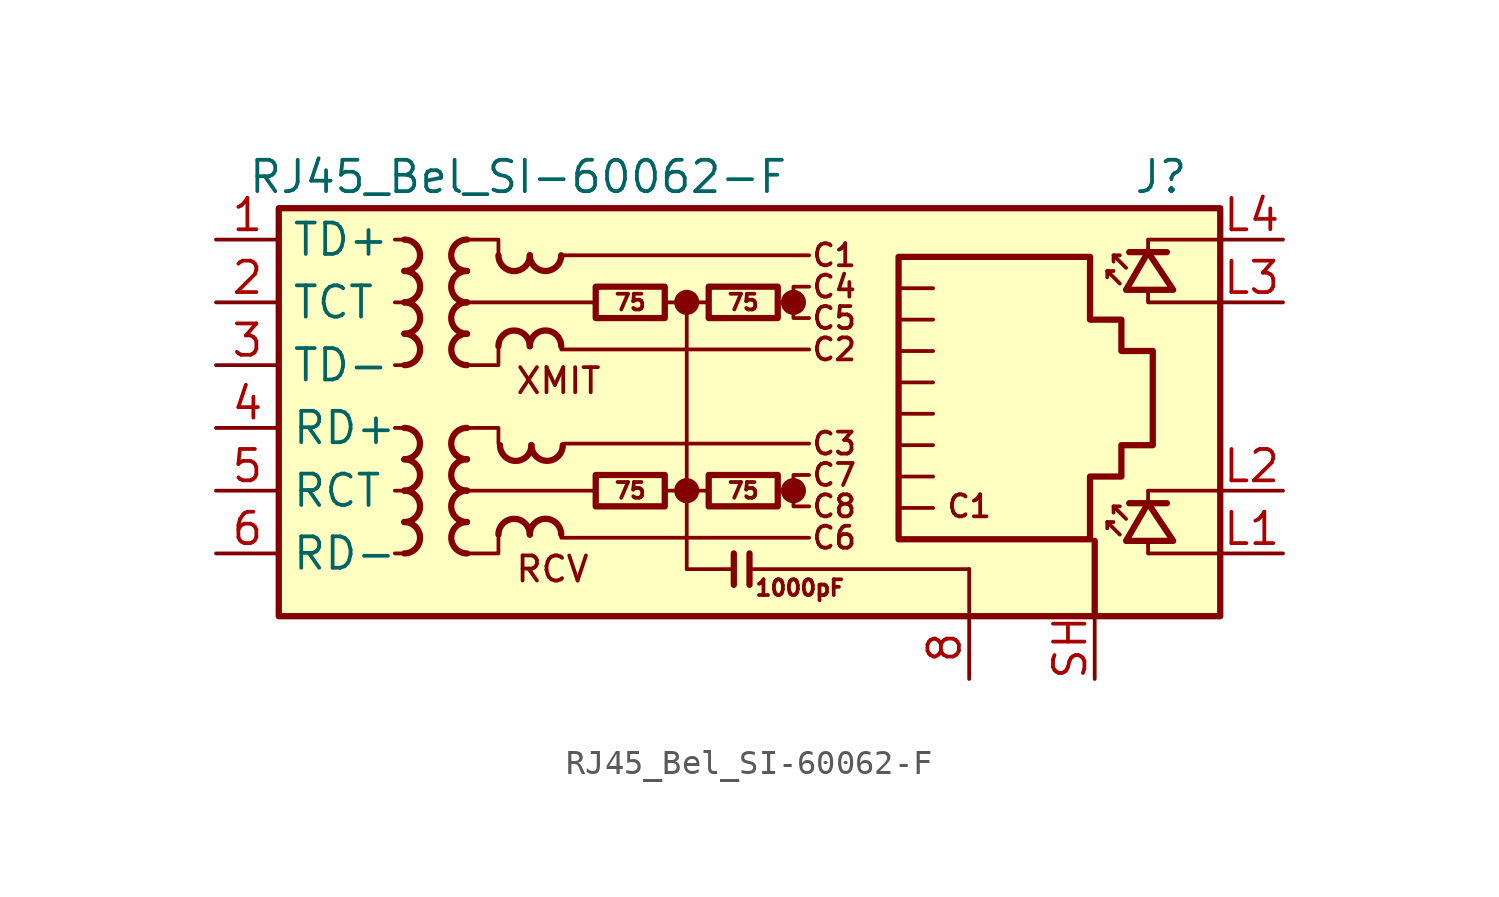
<source format=kicad_sym>
(kicad_symbol_lib
  (version 20241209)
  (generator "kicad_symbol_editor")
  (generator_version "9.0")
  (symbol "RJ45_Bel_SI-60062-F"
    (property "Reference" "J"
      (at 19.05 10.16 0)
      (effects (font (size 1.27 1.27)) (justify right)))
    (property "Value" "RJ45_Bel_SI-60062-F"
      (at -19.05 10.16 0)
      (effects (font (size 1.27 1.27)) (justify left)))
    (symbol "RJ45_Bel_SI-60062-F_0_0"
      (circle (center -1.27 5.08) (radius 0.0001) (stroke (width 0.508) (type default)) (fill (type none)))
      (polyline (pts (xy -1.27 5.08) (xy -1.27 -5.715)) (stroke (width 0) (type default)) (fill (type none)))
      (circle (center -1.27 -2.54) (radius 0.0001) (stroke (width 0.508) (type default)) (fill (type none)))
      (polyline (pts (xy 0.635 -5.08) (xy 0.635 -6.35)) (stroke (width 0.254) (type default)) (fill (type none)))
      (polyline (pts (xy 1.27 -5.08) (xy 1.27 -6.35)) (stroke (width 0.254) (type default)) (fill (type none)))
      (polyline (pts (xy 3.048 5.08) (xy 2.54 5.08)) (stroke (width 0) (type default)) (fill (type none)))
      (circle (center 3.048 5.08) (radius 0.0001) (stroke (width 0.508) (type default)) (fill (type none)))
      (polyline (pts (xy 3.048 -2.54) (xy 2.54 -2.54)) (stroke (width 0) (type default)) (fill (type none)))
      (circle (center 3.048 -2.54) (radius 0.0001) (stroke (width 0.508) (type default)) (fill (type none)))
      (polyline (pts (xy 3.683 5.715) (xy 3.048 5.715) (xy 3.048 4.445) (xy 3.683 4.445)) (stroke (width 0) (type default)) (fill (type none)))
      (polyline (pts (xy 3.683 -1.905) (xy 3.048 -1.905) (xy 3.048 -3.175) (xy 3.683 -3.175)) (stroke (width 0) (type default)) (fill (type none)))
      (polyline (pts (xy 17.399 6.985) (xy 17.399 7.62) (xy 20.32 7.62)) (stroke (width 0) (type default)) (fill (type none)))
      (polyline (pts (xy 17.399 -3.175) (xy 17.399 -2.54) (xy 20.32 -2.54)) (stroke (width 0) (type default)) (fill (type none)))
      (polyline (pts (xy 20.32 5.08) (xy 17.399 5.08) (xy 17.399 5.588)) (stroke (width 0) (type default)) (fill (type none)))
      (polyline (pts (xy 20.32 -5.08) (xy 17.399 -5.08) (xy 17.399 -4.572)) (stroke (width 0) (type default)) (fill (type none)))
      (text "XMIT" (at -8.255 1.905 0) (effects (font (size 1.016 1.016)) (justify left)))
      (text "RCV" (at -8.255 -5.715 0) (effects (font (size 1.016 1.016)) (justify left)))
      (text "C1" (at 4.699 6.985 0) (effects (font (size 0.889 0.889))))
      (text "C4" (at 4.699 5.715 0) (effects (font (size 0.889 0.889))))
      (text "C5" (at 4.699 4.445 0) (effects (font (size 0.889 0.889))))
      (text "C2" (at 4.699 3.175 0) (effects (font (size 0.889 0.889))))
      (text "C3" (at 4.699 -0.635 0) (effects (font (size 0.889 0.889))))
      (text "C7" (at 4.699 -1.905 0) (effects (font (size 0.889 0.889))))
      (text "C8" (at 4.699 -3.175 0) (effects (font (size 0.889 0.889))))
      (text "C6" (at 4.699 -4.445 0) (effects (font (size 0.889 0.889))))
      (text "C1" (at 10.16 -3.175 0) (effects (font (size 0.889 0.889)))))
    (symbol "RJ45_Bel_SI-60062-F_0_1"
      (rectangle (start -17.78 8.89) (end 20.32 -7.62) (stroke (width 0.254) (type default)) (fill (type background)))
      (polyline (pts (xy -12.7 7.62) (xy -13.081 7.62)) (stroke (width 0) (type default)) (fill (type none)))
      (polyline (pts (xy -12.7 5.08) (xy -13.081 5.08)) (stroke (width 0) (type default)) (fill (type none)))
      (polyline (pts (xy -12.7 2.54) (xy -13.081 2.54)) (stroke (width 0) (type default)) (fill (type none)))
      (polyline (pts (xy -12.7 0) (xy -13.081 0)) (stroke (width 0) (type default)) (fill (type none)))
      (polyline (pts (xy -12.7 -2.54) (xy -13.081 -2.54)) (stroke (width 0) (type default)) (fill (type none)))
      (polyline (pts (xy -12.7 -5.08) (xy -13.081 -5.08)) (stroke (width 0) (type default)) (fill (type none)))
      (polyline (pts (xy -10.16 7.62) (xy -8.89 7.62) (xy -8.89 6.985)) (stroke (width 0) (type default)) (fill (type none)))
      (polyline (pts (xy -10.16 0) (xy -8.89 0) (xy -8.89 -0.635)) (stroke (width 0) (type default)) (fill (type none)))
      (polyline (pts (xy -8.89 3.175) (xy -8.89 2.54) (xy -10.16 2.54)) (stroke (width 0) (type default)) (fill (type none)))
      (polyline (pts (xy -8.89 -4.445) (xy -8.89 -5.08) (xy -10.16 -5.08)) (stroke (width 0) (type default)) (fill (type none)))
      (polyline (pts (xy -6.35 6.985) (xy 3.683 6.985)) (stroke (width 0) (type default)) (fill (type none)))
      (polyline (pts (xy -6.35 3.175) (xy 3.683 3.175)) (stroke (width 0) (type default)) (fill (type none)))
      (polyline (pts (xy -6.35 -4.445) (xy 3.683 -4.445)) (stroke (width 0) (type default)) (fill (type none)))
      (polyline (pts (xy -6.223 -0.635) (xy 3.683 -0.635)) (stroke (width 0) (type default)) (fill (type none)))
      (polyline (pts (xy -5.08 -2.54) (xy -10.16 -2.54)) (stroke (width 0) (type default)) (fill (type none)))
      (polyline (pts (xy -4.953 5.08) (xy -10.16 5.08)) (stroke (width 0) (type default)) (fill (type none)))
      (polyline (pts (xy -2.159 5.08) (xy -0.381 5.08)) (stroke (width 0) (type default)) (fill (type none)))
      (polyline (pts (xy -2.159 -2.54) (xy -0.381 -2.54)) (stroke (width 0) (type default)) (fill (type none)))
      (polyline (pts (xy 0.635 -5.715) (xy -1.27 -5.715)) (stroke (width 0) (type default)) (fill (type none)))
      (polyline (pts (xy 7.429 3.111) (xy 8.7 3.111)) (stroke (width 0) (type default)) (fill (type none)))
      (polyline (pts (xy 7.429 1.841) (xy 8.7 1.841)) (stroke (width 0) (type default)) (fill (type none)))
      (polyline (pts (xy 7.429 0.572) (xy 8.7 0.572)) (stroke (width 0) (type default)) (fill (type none)))
      (polyline (pts (xy 7.429 -0.699) (xy 8.7 -0.699)) (stroke (width 0) (type default)) (fill (type none)))
      (polyline (pts (xy 7.429 -1.968) (xy 8.7 -1.968)) (stroke (width 0) (type default)) (fill (type none)))
      (polyline (pts (xy 8.7 5.652) (xy 7.429 5.652)) (stroke (width 0) (type default)) (fill (type none)))
      (polyline (pts (xy 8.7 4.381) (xy 7.429 4.381)) (stroke (width 0) (type default)) (fill (type none)))
      (polyline (pts (xy 8.7 -3.239) (xy 7.429 -3.239)) (stroke (width 0) (type default)) (fill (type none)))
      (polyline (pts (xy 10.16 -5.715) (xy 1.27 -5.715)) (stroke (width 0) (type default)) (fill (type none)))
      (polyline (pts (xy 10.16 -5.715) (xy 10.16 -7.62)) (stroke (width 0) (type default)) (fill (type none))))
    (symbol "RJ45_Bel_SI-60062-F_1_0"
      (text "1000pF" (at 3.302 -6.477 0) (effects (font (size 0.635 0.635)))))
    (symbol "RJ45_Bel_SI-60062-F_1_1"
      (arc (start -12.7 0) (mid -12.0677 -0.635) (end -12.7 -1.27) (stroke (width 0.254) (type default)) (fill (type none)))
      (arc (start -12.6973 7.62) (mid -12.065 6.985) (end -12.6973 6.35) (stroke (width 0.254) (type default)) (fill (type none)))
      (arc (start -12.6973 -1.27) (mid -12.065 -1.905) (end -12.6973 -2.54) (stroke (width 0.254) (type default)) (fill (type none)))
      (arc (start -12.6973 -2.54) (mid -12.065 -3.175) (end -12.6973 -3.81) (stroke (width 0.254) (type default)) (fill (type none)))
      (arc (start -12.6973 -3.81) (mid -12.065 -4.445) (end -12.6973 -5.08) (stroke (width 0.254) (type default)) (fill (type none)))
      (arc (start -12.6946 6.35) (mid -12.0623 5.715) (end -12.6946 5.08) (stroke (width 0.254) (type default)) (fill (type none)))
      (arc (start -12.6946 5.08) (mid -12.0623 4.445) (end -12.6946 3.81) (stroke (width 0.254) (type default)) (fill (type none)))
      (arc (start -12.6946 3.81) (mid -12.0623 3.175) (end -12.6946 2.54) (stroke (width 0.254) (type default)) (fill (type none)))
      (arc (start -10.1654 6.35) (mid -10.7977 6.985) (end -10.1654 7.62) (stroke (width 0.254) (type default)) (fill (type none)))
      (arc (start -10.1654 5.08) (mid -10.7977 5.715) (end -10.1654 6.35) (stroke (width 0.254) (type default)) (fill (type none)))
      (arc (start -10.1654 3.81) (mid -10.7977 4.445) (end -10.1654 5.08) (stroke (width 0.254) (type default)) (fill (type none)))
      (arc (start -10.1654 -1.27) (mid -10.7977 -0.635) (end -10.1654 0) (stroke (width 0.254) (type default)) (fill (type none)))
      (arc (start -10.1654 -2.54) (mid -10.7977 -1.905) (end -10.1654 -1.27) (stroke (width 0.254) (type default)) (fill (type none)))
      (arc (start -10.1654 -3.81) (mid -10.7977 -3.175) (end -10.1654 -2.54) (stroke (width 0.254) (type default)) (fill (type none)))
      (arc (start -10.1627 2.54) (mid -10.795 3.175) (end -10.1627 3.81) (stroke (width 0.254) (type default)) (fill (type none)))
      (arc (start -10.1627 -5.08) (mid -10.795 -4.445) (end -10.1627 -3.81) (stroke (width 0.254) (type default)) (fill (type none)))
      (arc (start -7.62 6.9823) (mid -8.255 6.35) (end -8.89 6.9823) (stroke (width 0.254) (type default)) (fill (type none)))
      (arc (start -8.89 3.3047) (mid -8.255 3.937) (end -7.62 3.3047) (stroke (width 0.254) (type default)) (fill (type none)))
      (arc (start -8.89 -4.3153) (mid -8.255 -3.683) (end -7.62 -4.3153) (stroke (width 0.254) (type default)) (fill (type none)))
      (arc (start -7.5565 -0.7012) (mid -8.1915 -1.3335) (end -8.8265 -0.7012) (stroke (width 0.254) (type default)) (fill (type none)))
      (arc (start -6.35 6.985) (mid -6.985 6.3527) (end -7.62 6.985) (stroke (width 0.254) (type default)) (fill (type none)))
      (arc (start -7.62 3.3074) (mid -6.985 3.9397) (end -6.35 3.3074) (stroke (width 0.254) (type default)) (fill (type none)))
      (arc (start -7.62 -4.3126) (mid -6.985 -3.6803) (end -6.35 -4.3126) (stroke (width 0.254) (type default)) (fill (type none)))
      (arc (start -6.2865 -0.6985) (mid -6.9215 -1.3308) (end -7.5565 -0.6985) (stroke (width 0.254) (type default)) (fill (type none)))
      (rectangle (start -4.953 5.715) (end -2.159 4.445) (stroke (width 0.254) (type default)) (fill (type none)))
      (rectangle (start -4.953 -1.905) (end -2.159 -3.175) (stroke (width 0.254) (type default)) (fill (type none)))
      (rectangle (start -0.381 5.715) (end 2.413 4.445) (stroke (width 0.254) (type default)) (fill (type none)))
      (rectangle (start -0.381 -1.905) (end 2.413 -3.175) (stroke (width 0.254) (type default)) (fill (type none)))
      (polyline (pts (xy 7.303 -4.508) (xy 7.303 6.921) (xy 15.05 6.921) (xy 15.05 4.381) (xy 16.32 4.381) (xy 16.32 3.111) (xy 17.59 3.111) (xy 17.59 -0.699) (xy 16.32 -0.699) (xy 16.32 -1.968) (xy 15.05 -1.968) (xy 15.05 -4.508) (xy 7.303 -4.508)) (stroke (width 0.254) (type default)) (fill (type none)))
      (polyline (pts (xy 15.24 -7.62) (xy 15.24 -4.572)) (stroke (width 0.254) (type default)) (fill (type none)))
      (polyline (pts (xy 15.748 6.35) (xy 15.748 6.096)) (stroke (width 0) (type default)) (fill (type none)))
      (polyline (pts (xy 15.748 -3.81) (xy 15.748 -4.064)) (stroke (width 0) (type default)) (fill (type none)))
      (polyline (pts (xy 16.002 6.985) (xy 16.002 6.731)) (stroke (width 0) (type default)) (fill (type none)))
      (polyline (pts (xy 16.002 -3.175) (xy 16.002 -3.429)) (stroke (width 0) (type default)) (fill (type none)))
      (polyline (pts (xy 16.256 5.842) (xy 15.748 6.35) (xy 16.002 6.35)) (stroke (width 0) (type default)) (fill (type none)))
      (polyline (pts (xy 16.256 -4.318) (xy 15.748 -3.81) (xy 16.002 -3.81)) (stroke (width 0) (type default)) (fill (type none)))
      (polyline (pts (xy 16.51 6.477) (xy 16.002 6.985) (xy 16.256 6.985)) (stroke (width 0) (type default)) (fill (type none)))
      (polyline (pts (xy 16.51 5.588) (xy 18.415 5.588) (xy 17.399 7.112) (xy 16.51 5.588)) (stroke (width 0.254) (type default)) (fill (type none)))
      (polyline (pts (xy 16.51 -3.683) (xy 16.002 -3.175) (xy 16.256 -3.175)) (stroke (width 0) (type default)) (fill (type none)))
      (polyline (pts (xy 16.51 -4.572) (xy 18.415 -4.572) (xy 17.399 -3.048) (xy 16.51 -4.572)) (stroke (width 0.254) (type default)) (fill (type none)))
      (polyline (pts (xy 16.637 7.112) (xy 18.161 7.112)) (stroke (width 0.254) (type default)) (fill (type none)))
      (polyline (pts (xy 16.637 -3.048) (xy 18.161 -3.048)) (stroke (width 0.254) (type default)) (fill (type none)))
      (text "75" (at -3.556 5.08 0) (effects (font (size 0.635 0.635))))
      (text "75" (at -3.556 -2.54 0) (effects (font (size 0.635 0.635))))
      (text "75" (at 1.016 5.08 0) (effects (font (size 0.635 0.635))))
      (text "75" (at 1.016 -2.54 0) (effects (font (size 0.635 0.635))))
      (pin passive line (at -20.32 7.62 0) (length 2.54) (name "TD+" (effects (font (size 1.27 1.27)))) (number "1" (effects (font (size 1.27 1.27)))))
      (pin passive line (at -20.32 5.08 0) (length 2.54) (name "TCT" (effects (font (size 1.27 1.27)))) (number "2" (effects (font (size 1.27 1.27)))))
      (pin passive line (at -20.32 2.54 0) (length 2.54) (name "TD-" (effects (font (size 1.27 1.27)))) (number "3" (effects (font (size 1.27 1.27)))))
      (pin passive line (at -20.32 0 0) (length 2.54) (name "RD+" (effects (font (size 1.27 1.27)))) (number "4" (effects (font (size 1.27 1.27)))))
      (pin passive line (at -20.32 -2.54 0) (length 2.54) (name "RCT" (effects (font (size 1.27 1.27)))) (number "5" (effects (font (size 1.27 1.27)))))
      (pin passive line (at -20.32 -5.08 0) (length 2.54) (name "RD-" (effects (font (size 1.27 1.27)))) (number "6" (effects (font (size 1.27 1.27)))))
      (pin power_in line (at 10.16 -10.16 90) (length 2.54) (name "" (effects (font (size 1.27 1.27)))) (number "8" (effects (font (size 1.27 1.27)))))
      (pin passive line (at 15.24 -10.16 90) (length 2.54) (name "" (effects (font (size 1.27 1.27)))) (number "SH" (effects (font (size 1.27 1.27)))))
      (pin no_connect line (at 20.32 0 0) (length 0) (hide yes) (name "NC" (effects (font (size 1.27 1.27)))) (number "R7" (effects (font (size 1.27 1.27)))))
      (pin passive line (at 22.86 7.62 180) (length 2.54) (name "" (effects (font (size 1.27 1.27)))) (number "L4" (effects (font (size 1.27 1.27)))))
      (pin passive line (at 22.86 5.08 180) (length 2.54) (name "" (effects (font (size 1.27 1.27)))) (number "L3" (effects (font (size 1.27 1.27)))))
      (pin passive line (at 22.86 -2.54 180) (length 2.54) (name "" (effects (font (size 1.27 1.27)))) (number "L2" (effects (font (size 1.27 1.27)))))
      (pin passive line (at 22.86 -5.08 180) (length 2.54) (name "" (effects (font (size 1.27 1.27)))) (number "L1" (effects (font (size 1.27 1.27))))))))
</source>
